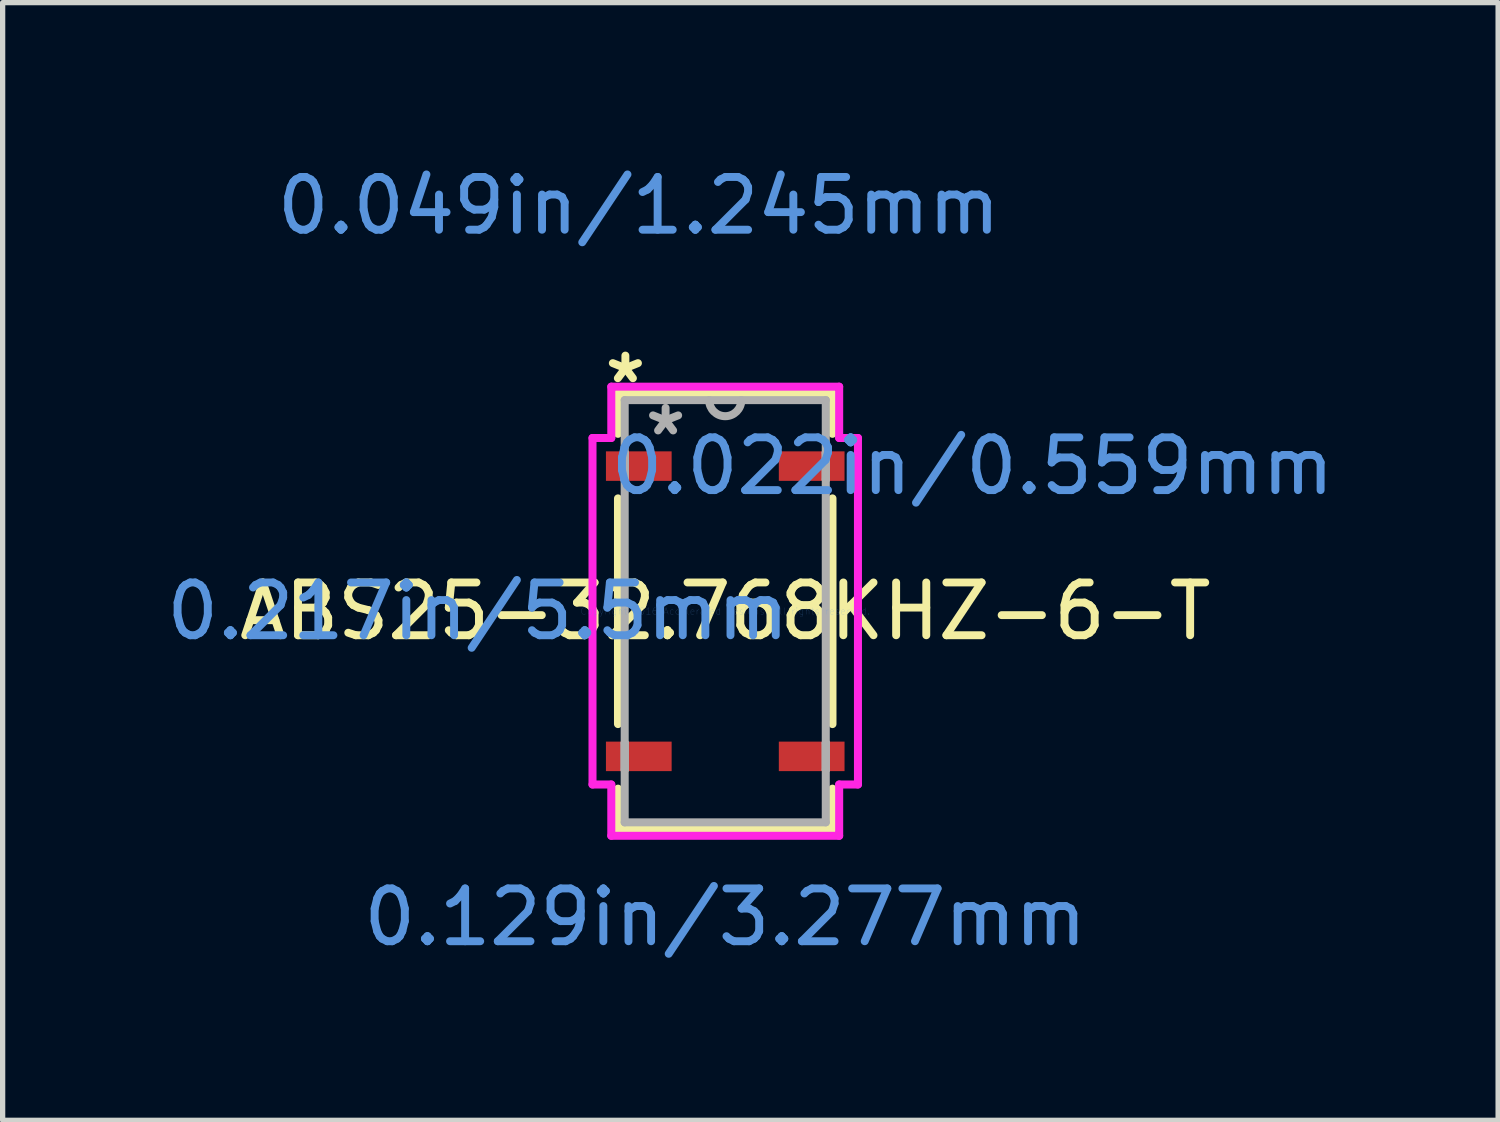
<source format=kicad_pcb>
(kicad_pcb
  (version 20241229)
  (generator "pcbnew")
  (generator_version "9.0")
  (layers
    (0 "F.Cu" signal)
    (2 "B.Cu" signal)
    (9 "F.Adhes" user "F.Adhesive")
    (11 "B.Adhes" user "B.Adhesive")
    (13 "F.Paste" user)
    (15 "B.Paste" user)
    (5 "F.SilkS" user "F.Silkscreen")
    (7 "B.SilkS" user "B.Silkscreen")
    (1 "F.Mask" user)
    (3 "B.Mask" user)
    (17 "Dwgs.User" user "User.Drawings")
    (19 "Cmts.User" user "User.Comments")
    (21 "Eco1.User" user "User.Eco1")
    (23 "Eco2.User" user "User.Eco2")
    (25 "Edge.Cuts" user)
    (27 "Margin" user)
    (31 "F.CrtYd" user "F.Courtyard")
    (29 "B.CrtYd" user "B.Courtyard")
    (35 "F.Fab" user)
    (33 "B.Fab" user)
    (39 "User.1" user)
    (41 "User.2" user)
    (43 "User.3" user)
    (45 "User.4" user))
  (footprint "ABS25-32.768KHZ-6-T"
    (layer "F.Cu")
    (at 10.692 8.532)
    (property "Reference" "ABS25-32.768KHZ-6-T" (at 0 0 0) (layer "F.SilkS") (effects (font (size 1 1) (thickness 0.15))))
    (attr through_hole)
    (fp_line (start -2.032 -4.128) (end -2.032 -3.362) (stroke (width 0.152) (type solid)) (layer "F.SilkS"))
    (fp_line (start -2.032 -2.138) (end -2.032 2.138) (stroke (width 0.152) (type solid)) (layer "F.SilkS"))
    (fp_line (start -2.032 3.362) (end -2.032 4.128) (stroke (width 0.152) (type solid)) (layer "F.SilkS"))
    (fp_line (start -2.032 4.128) (end 2.032 4.128) (stroke (width 0.152) (type solid)) (layer "F.SilkS"))
    (fp_line (start 2.032 -4.128) (end -2.032 -4.128) (stroke (width 0.152) (type solid)) (layer "F.SilkS"))
    (fp_line (start 2.032 -3.362) (end 2.032 -4.128) (stroke (width 0.152) (type solid)) (layer "F.SilkS"))
    (fp_line (start 2.032 2.138) (end 2.032 -2.138) (stroke (width 0.152) (type solid)) (layer "F.SilkS"))
    (fp_line (start 2.032 4.128) (end 2.032 3.362) (stroke (width 0.152) (type solid)) (layer "F.SilkS"))
    (fp_line (start -2.515 -3.283) (end -2.159 -3.283) (stroke (width 0.152) (type solid)) (layer "F.CrtYd"))
    (fp_line (start -2.515 3.283) (end -2.515 -3.283) (stroke (width 0.152) (type solid)) (layer "F.CrtYd"))
    (fp_line (start -2.515 3.283) (end -2.159 3.283) (stroke (width 0.152) (type solid)) (layer "F.CrtYd"))
    (fp_line (start -2.159 -4.255) (end 2.159 -4.255) (stroke (width 0.152) (type solid)) (layer "F.CrtYd"))
    (fp_line (start -2.159 -3.283) (end -2.159 -4.255) (stroke (width 0.152) (type solid)) (layer "F.CrtYd"))
    (fp_line (start -2.159 4.255) (end -2.159 3.283) (stroke (width 0.152) (type solid)) (layer "F.CrtYd"))
    (fp_line (start 2.159 -4.255) (end 2.159 -3.283) (stroke (width 0.152) (type solid)) (layer "F.CrtYd"))
    (fp_line (start 2.159 3.283) (end 2.159 4.255) (stroke (width 0.152) (type solid)) (layer "F.CrtYd"))
    (fp_line (start 2.159 4.255) (end -2.159 4.255) (stroke (width 0.152) (type solid)) (layer "F.CrtYd"))
    (fp_line (start 2.515 -3.283) (end 2.159 -3.283) (stroke (width 0.152) (type solid)) (layer "F.CrtYd"))
    (fp_line (start 2.515 -3.283) (end 2.515 3.283) (stroke (width 0.152) (type solid)) (layer "F.CrtYd"))
    (fp_line (start 2.515 3.283) (end 2.159 3.283) (stroke (width 0.152) (type solid)) (layer "F.CrtYd"))
    (fp_line (start -1.905 -4) (end -1.905 4) (stroke (width 0.152) (type solid)) (layer "F.Fab"))
    (fp_line (start -1.905 -3.004) (end -1.905 -3.004) (stroke (width 0.152) (type solid)) (layer "F.Fab"))
    (fp_line (start -1.905 -3.004) (end -1.905 -2.496) (stroke (width 0.152) (type solid)) (layer "F.Fab"))
    (fp_line (start -1.905 -2.496) (end -1.905 -3.004) (stroke (width 0.152) (type solid)) (layer "F.Fab"))
    (fp_line (start -1.905 -2.496) (end -1.905 -2.496) (stroke (width 0.152) (type solid)) (layer "F.Fab"))
    (fp_line (start -1.905 2.496) (end -1.905 2.496) (stroke (width 0.152) (type solid)) (layer "F.Fab"))
    (fp_line (start -1.905 2.496) (end -1.905 3.004) (stroke (width 0.152) (type solid)) (layer "F.Fab"))
    (fp_line (start -1.905 3.004) (end -1.905 2.496) (stroke (width 0.152) (type solid)) (layer "F.Fab"))
    (fp_line (start -1.905 3.004) (end -1.905 3.004) (stroke (width 0.152) (type solid)) (layer "F.Fab"))
    (fp_line (start -1.905 4) (end 1.905 4) (stroke (width 0.152) (type solid)) (layer "F.Fab"))
    (fp_line (start 1.905 -4) (end -1.905 -4) (stroke (width 0.152) (type solid)) (layer "F.Fab"))
    (fp_line (start 1.905 -3.004) (end 1.905 -3.004) (stroke (width 0.152) (type solid)) (layer "F.Fab"))
    (fp_line (start 1.905 -3.004) (end 1.905 -2.496) (stroke (width 0.152) (type solid)) (layer "F.Fab"))
    (fp_line (start 1.905 -2.496) (end 1.905 -3.004) (stroke (width 0.152) (type solid)) (layer "F.Fab"))
    (fp_line (start 1.905 -2.496) (end 1.905 -2.496) (stroke (width 0.152) (type solid)) (layer "F.Fab"))
    (fp_line (start 1.905 2.496) (end 1.905 2.496) (stroke (width 0.152) (type solid)) (layer "F.Fab"))
    (fp_line (start 1.905 2.496) (end 1.905 3.004) (stroke (width 0.152) (type solid)) (layer "F.Fab"))
    (fp_line (start 1.905 3.004) (end 1.905 2.496) (stroke (width 0.152) (type solid)) (layer "F.Fab"))
    (fp_line (start 1.905 3.004) (end 1.905 3.004) (stroke (width 0.152) (type solid)) (layer "F.Fab"))
    (fp_line (start 1.905 4) (end 1.905 -4) (stroke (width 0.152) (type solid)) (layer "F.Fab"))
    (fp_arc (start 0.3048 -4.0005) (mid 0 -3.6957) (end -0.3048 -4.0005) (stroke (width 0.1524) (type solid)) (layer "F.Fab"))
    (fp_text user "*" (at -1.892 -4.299 0) (layer "F.SilkS") (effects (font (size 1 1) (thickness 0.15))))
    (fp_text user "0.217in/5.5mm" (at -4.686 0 0) (layer "Cmts.User") (effects (font (size 1 1) (thickness 0.15))))
    (fp_text user "0.022in/0.559mm" (at 4.686 -2.75 0) (layer "Cmts.User") (effects (font (size 1 1) (thickness 0.15))))
    (fp_text user "Copyright 2016 Accelerated Designs. All rights reserved." (at 0 0 0) (layer "Cmts.User") (effects (font (size 0.127 0.127) (thickness 0.002))))
    (fp_text user "0.049in/1.245mm" (at -1.638 -7.684 0) (layer "Cmts.User") (effects (font (size 1 1) (thickness 0.15))))
    (fp_text user "0.129in/3.277mm" (at 0 5.798 0) (layer "Cmts.User") (effects (font (size 1 1) (thickness 0.15))))
    (fp_text user "*" (at -1.13 -3.309 0) (layer "F.Fab") (effects (font (size 1 1) (thickness 0.15))))
    (pad "1" smd rect (at -1.638 -2.75) (size 1.245 0.559) (layers "F.Cu" "F.Mask" "F.Paste"))
    (pad "2" smd rect (at -1.638 2.75) (size 1.245 0.559) (layers "F.Cu" "F.Mask" "F.Paste"))
    (pad "3" smd rect (at 1.638 2.75) (size 1.245 0.559) (layers "F.Cu" "F.Mask" "F.Paste"))
    (pad "4" smd rect (at 1.638 -2.75) (size 1.245 0.559) (layers "F.Cu" "F.Mask" "F.Paste")))
  (gr_rect
    (start -3 -3)
    (end 25.337 18.178)
    (stroke (width 0.1) (type default))
    (fill no)
    (layer "Edge.Cuts")))
</source>
